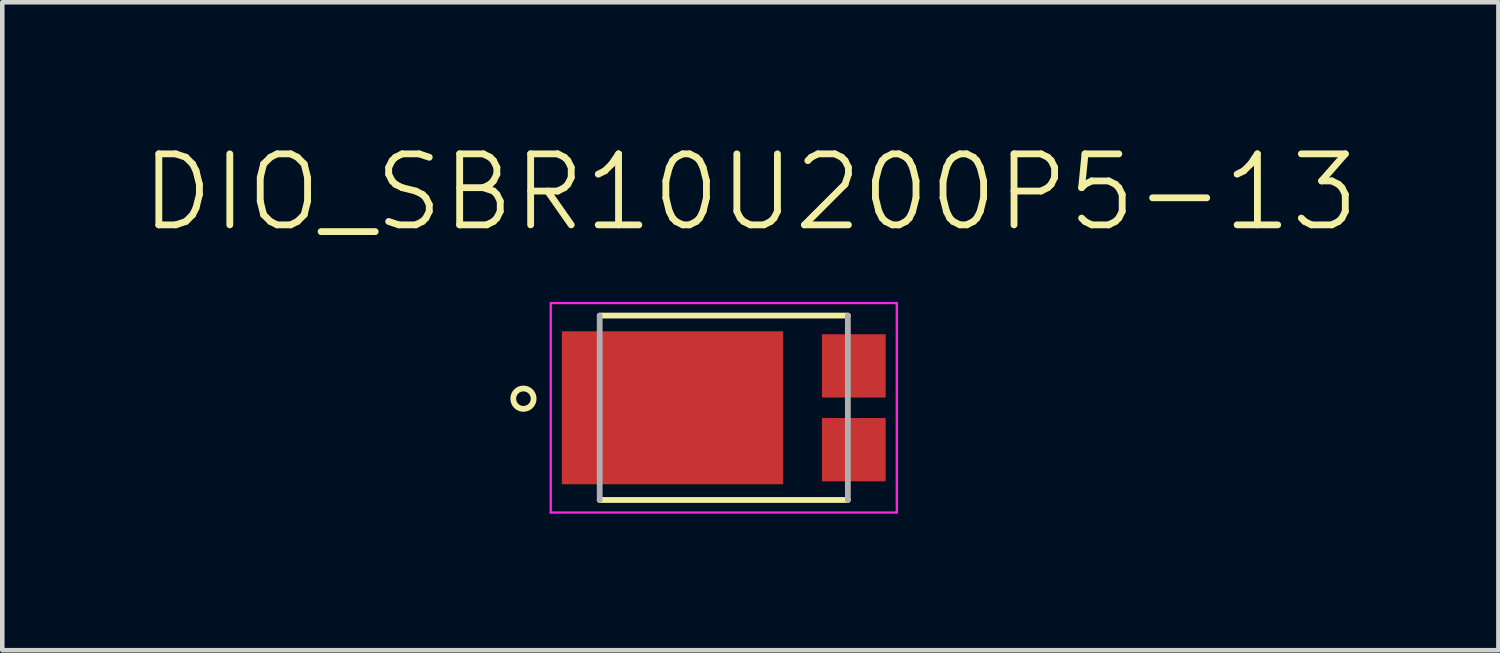
<source format=kicad_pcb>
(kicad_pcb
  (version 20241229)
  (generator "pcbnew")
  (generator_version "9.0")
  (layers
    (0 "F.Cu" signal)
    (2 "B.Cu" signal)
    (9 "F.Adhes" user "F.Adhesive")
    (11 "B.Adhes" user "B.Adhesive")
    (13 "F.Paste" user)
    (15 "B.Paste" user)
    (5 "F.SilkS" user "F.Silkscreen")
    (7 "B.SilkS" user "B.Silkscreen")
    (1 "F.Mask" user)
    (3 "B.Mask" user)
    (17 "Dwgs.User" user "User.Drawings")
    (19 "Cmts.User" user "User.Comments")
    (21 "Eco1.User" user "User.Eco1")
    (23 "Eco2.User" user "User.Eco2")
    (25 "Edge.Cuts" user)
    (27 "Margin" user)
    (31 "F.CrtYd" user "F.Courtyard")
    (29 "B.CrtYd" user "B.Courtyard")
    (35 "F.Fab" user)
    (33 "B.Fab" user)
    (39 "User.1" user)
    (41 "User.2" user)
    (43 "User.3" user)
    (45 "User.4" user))
  (footprint "DIO_SBR10U200P5-13"
    (layer "F.Cu")
    (at 12.846 5.906)
    (property "Reference" "DIO_SBR10U200P5-13" (at 0.584 -4.731 0) (layer "F.SilkS") (effects (font (size 1.559 1.559) (thickness 0.15))))
    (attr through_hole)
    (fp_line (start -2.725 2.025) (end 2.725 2.025) (stroke (width 0.127) (type solid)) (layer "F.SilkS"))
    (fp_line (start 2.725 -2.025) (end -2.725 -2.025) (stroke (width 0.127) (type solid)) (layer "F.SilkS"))
    (fp_circle (center -4.4 -0.2) (end -4.176 -0.2) (stroke (width 0.127) (type solid)) (fill no) (layer "F.SilkS"))
    (fp_line (start -3.8 -2.3) (end 3.8 -2.3) (stroke (width 0.05) (type solid)) (layer "F.CrtYd"))
    (fp_line (start -3.8 2.3) (end -3.8 -2.3) (stroke (width 0.05) (type solid)) (layer "F.CrtYd"))
    (fp_line (start 3.8 -2.3) (end 3.8 2.3) (stroke (width 0.05) (type solid)) (layer "F.CrtYd"))
    (fp_line (start 3.8 2.3) (end -3.8 2.3) (stroke (width 0.05) (type solid)) (layer "F.CrtYd"))
    (fp_line (start -2.725 -2.025) (end -2.725 2.025) (stroke (width 0.127) (type solid)) (layer "F.Fab"))
    (fp_line (start 2.725 2.025) (end 2.725 -2.025) (stroke (width 0.127) (type solid)) (layer "F.Fab"))
    (pad "1" smd rect (at -1.126 0) (size 4.86 3.36) (layers "F.Cu" "F.Mask" "F.Paste"))
    (pad "2" smd rect (at 2.856 0.92) (size 1.4 1.39) (layers "F.Cu" "F.Mask" "F.Paste"))
    (pad "3" smd rect (at 2.856 -0.92) (size 1.4 1.39) (layers "F.Cu" "F.Mask" "F.Paste")))
  (gr_rect
    (start -3 -3)
    (end 29.859 11.231)
    (stroke (width 0.1) (type default))
    (fill no)
    (layer "Edge.Cuts")))
</source>
